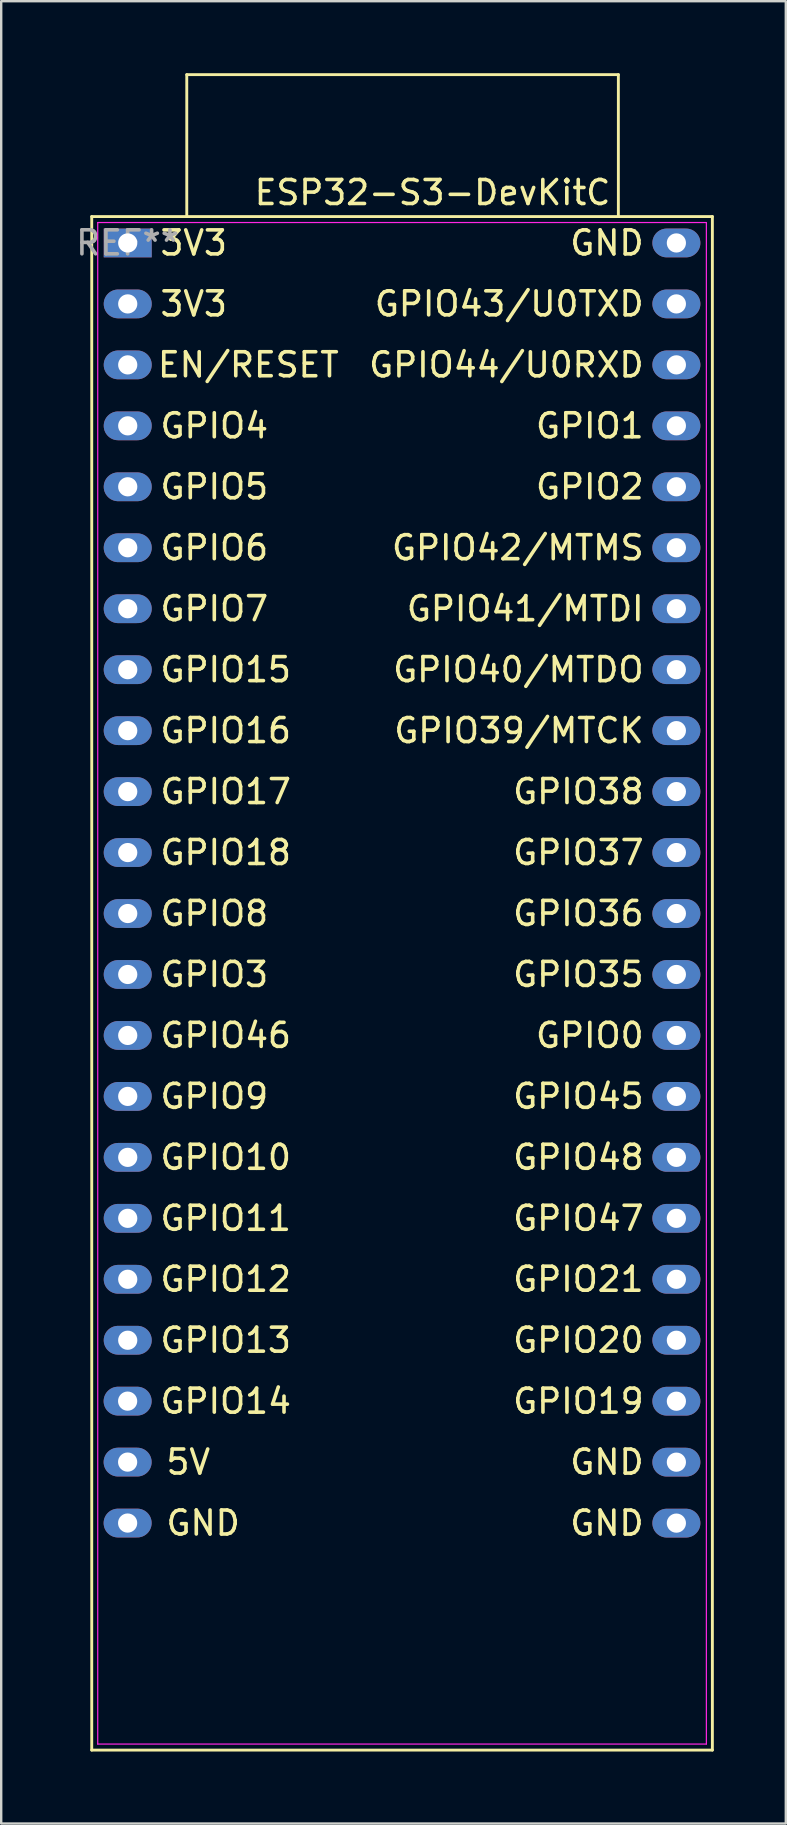
<source format=kicad_pcb>
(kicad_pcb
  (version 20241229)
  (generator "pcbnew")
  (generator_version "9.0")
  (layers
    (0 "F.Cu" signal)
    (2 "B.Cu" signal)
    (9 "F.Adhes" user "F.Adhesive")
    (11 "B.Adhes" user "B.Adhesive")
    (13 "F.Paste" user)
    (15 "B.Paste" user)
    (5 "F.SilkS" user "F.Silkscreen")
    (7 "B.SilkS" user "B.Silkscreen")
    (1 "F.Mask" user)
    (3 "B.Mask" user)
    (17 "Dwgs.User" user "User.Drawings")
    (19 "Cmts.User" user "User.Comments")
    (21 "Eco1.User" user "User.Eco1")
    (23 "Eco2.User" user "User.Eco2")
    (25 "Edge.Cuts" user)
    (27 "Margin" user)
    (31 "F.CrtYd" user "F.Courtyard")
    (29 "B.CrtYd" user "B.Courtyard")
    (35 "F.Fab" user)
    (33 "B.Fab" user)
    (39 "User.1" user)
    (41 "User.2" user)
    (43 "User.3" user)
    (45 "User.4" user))
  (footprint "ESP32-S3-DevKitC"
    (layer "F.Cu")
    (at 2.272 7.073)
    (property "Reference" "ESP32-S3-DevKitC" (at 12.7 -2.1 0) (layer "F.SilkS") (effects (font (size 1 1) (thickness 0.15))))
    (attr through_hole)
    (fp_line (start -1.5 62.797) (end 24.36 62.797) (stroke (width 0.12) (type solid)) (layer "F.SilkS"))
    (fp_line (start -1.5 -1.1) (end -1.5 62.797) (stroke (width 0.12) (type solid)) (layer "F.SilkS"))
    (fp_line (start 2.46 -7.013) (end 20.443 -7.013) (stroke (width 0.12) (type solid)) (layer "F.SilkS"))
    (fp_line (start 2.46 -1.12) (end 2.46 -7.013) (stroke (width 0.12) (type solid)) (layer "F.SilkS"))
    (fp_line (start 20.443 -7.013) (end 20.443 -1.12) (stroke (width 0.12) (type solid)) (layer "F.SilkS"))
    (fp_line (start 24.36 62.797) (end 24.36 -1.1) (stroke (width 0.12) (type solid)) (layer "F.SilkS"))
    (fp_line (start 24.36 -1.1) (end -1.5 -1.1) (stroke (width 0.12) (type solid)) (layer "F.SilkS"))
    (fp_line (start -1.25 -0.85) (end 24.11 -0.85) (stroke (width 0.05) (type solid)) (layer "F.CrtYd"))
    (fp_line (start -1.25 62.547) (end -1.25 -0.85) (stroke (width 0.05) (type solid)) (layer "F.CrtYd"))
    (fp_line (start 24.11 -0.85) (end 24.11 62.547) (stroke (width 0.05) (type solid)) (layer "F.CrtYd"))
    (fp_line (start 24.11 62.547) (end -1.25 62.547) (stroke (width 0.05) (type solid)) (layer "F.CrtYd"))
    (fp_text user "GPIO37" (at 21.59 25.4 0) (unlocked yes) (layer "F.SilkS") (effects (font (size 1 1) (thickness 0.15)) (justify right)))
    (fp_text user "GPIO47" (at 21.59 40.64 0) (unlocked yes) (layer "F.SilkS") (effects (font (size 1 1) (thickness 0.15)) (justify right)))
    (fp_text user "GPIO20" (at 21.59 45.72 0) (unlocked yes) (layer "F.SilkS") (effects (font (size 1 1) (thickness 0.15)) (justify right)))
    (fp_text user "GPIO3" (at 1.27 30.48 0) (unlocked yes) (layer "F.SilkS") (effects (font (size 1 1) (thickness 0.15)) (justify left)))
    (fp_text user "GPIO0" (at 21.59 33.02 0) (unlocked yes) (layer "F.SilkS") (effects (font (size 1 1) (thickness 0.15)) (justify right)))
    (fp_text user "GPIO17" (at 1.27 22.86 0) (unlocked yes) (layer "F.SilkS") (effects (font (size 1 1) (thickness 0.15)) (justify left)))
    (fp_text user "GPIO45" (at 21.59 35.56 0) (unlocked yes) (layer "F.SilkS") (effects (font (size 1 1) (thickness 0.15)) (justify right)))
    (fp_text user "GPIO9" (at 1.27 35.56 0) (unlocked yes) (layer "F.SilkS") (effects (font (size 1 1) (thickness 0.15)) (justify left)))
    (fp_text user "GPIO10" (at 1.27 38.1 0) (unlocked yes) (layer "F.SilkS") (effects (font (size 1 1) (thickness 0.15)) (justify left)))
    (fp_text user "GPIO35" (at 21.59 30.48 0) (unlocked yes) (layer "F.SilkS") (effects (font (size 1 1) (thickness 0.15)) (justify right)))
    (fp_text user "GPIO11" (at 1.27 40.64 0) (unlocked yes) (layer "F.SilkS") (effects (font (size 1 1) (thickness 0.15)) (justify left)))
    (fp_text user "EN/RESET" (at 8.886 5.077 0) (unlocked yes) (layer "F.SilkS") (effects (font (size 1 1) (thickness 0.15)) (justify right)))
    (fp_text user "GPIO21" (at 21.59 43.18 0) (unlocked yes) (layer "F.SilkS") (effects (font (size 1 1) (thickness 0.15)) (justify right)))
    (fp_text user "GPIO48" (at 21.59 38.1 0) (unlocked yes) (layer "F.SilkS") (effects (font (size 1 1) (thickness 0.15)) (justify right)))
    (fp_text user "GPIO18" (at 1.27 25.4 0) (unlocked yes) (layer "F.SilkS") (effects (font (size 1 1) (thickness 0.15)) (justify left)))
    (fp_text user "GND" (at 1.52 53.337 0) (unlocked yes) (layer "F.SilkS") (effects (font (size 1 1) (thickness 0.15)) (justify left)))
    (fp_text user "GPIO13" (at 1.27 45.72 0) (unlocked yes) (layer "F.SilkS") (effects (font (size 1 1) (thickness 0.15)) (justify left)))
    (fp_text user "GPIO12" (at 1.27 43.18 0) (unlocked yes) (layer "F.SilkS") (effects (font (size 1 1) (thickness 0.15)) (justify left)))
    (fp_text user "3V3" (at 1.27 2.54 0) (unlocked yes) (layer "F.SilkS") (effects (font (size 1 1) (thickness 0.15)) (justify left)))
    (fp_text user "GND" (at 21.59 53.34 0) (unlocked yes) (layer "F.SilkS") (effects (font (size 1 1) (thickness 0.15)) (justify right)))
    (fp_text user "GPIO8" (at 1.27 27.94 0) (unlocked yes) (layer "F.SilkS") (effects (font (size 1 1) (thickness 0.15)) (justify left)))
    (fp_text user "GPIO5" (at 1.27 10.16 0) (unlocked yes) (layer "F.SilkS") (effects (font (size 1 1) (thickness 0.15)) (justify left)))
    (fp_text user "GPIO2" (at 21.59 10.16 0) (unlocked yes) (layer "F.SilkS") (effects (font (size 1 1) (thickness 0.15)) (justify right)))
    (fp_text user "GPIO40/MTDO" (at 21.59 17.78 0) (unlocked yes) (layer "F.SilkS") (effects (font (size 1 1) (thickness 0.15)) (justify right)))
    (fp_text user "GPIO7" (at 1.27 15.24 0) (unlocked yes) (layer "F.SilkS") (effects (font (size 1 1) (thickness 0.15)) (justify left)))
    (fp_text user "GND" (at 21.59 50.8 0) (unlocked yes) (layer "F.SilkS") (effects (font (size 1 1) (thickness 0.15)) (justify right)))
    (fp_text user "GPIO41/MTDI" (at 21.59 15.24 0) (unlocked yes) (layer "F.SilkS") (effects (font (size 1 1) (thickness 0.15)) (justify right)))
    (fp_text user "GPIO46" (at 1.27 33.02 0) (unlocked yes) (layer "F.SilkS") (effects (font (size 1 1) (thickness 0.15)) (justify left)))
    (fp_text user "5V" (at 1.52 50.797 0) (unlocked yes) (layer "F.SilkS") (effects (font (size 1 1) (thickness 0.15)) (justify left)))
    (fp_text user "GPIO19" (at 21.59 48.26 0) (unlocked yes) (layer "F.SilkS") (effects (font (size 1 1) (thickness 0.15)) (justify right)))
    (fp_text user "GPIO43/U0TXD" (at 21.59 2.54 0) (unlocked yes) (layer "F.SilkS") (effects (font (size 1 1) (thickness 0.15)) (justify right)))
    (fp_text user "GPIO1" (at 21.59 7.62 0) (unlocked yes) (layer "F.SilkS") (effects (font (size 1 1) (thickness 0.15)) (justify right)))
    (fp_text user "3V3" (at 1.27 0 0) (unlocked yes) (layer "F.SilkS") (effects (font (size 1 1) (thickness 0.15)) (justify left)))
    (fp_text user "GPIO14" (at 1.27 48.26 0) (unlocked yes) (layer "F.SilkS") (effects (font (size 1 1) (thickness 0.15)) (justify left)))
    (fp_text user "GPIO38" (at 21.59 22.86 0) (unlocked yes) (layer "F.SilkS") (effects (font (size 1 1) (thickness 0.15)) (justify right)))
    (fp_text user "GPIO44/U0RXD" (at 21.59 5.08 0) (unlocked yes) (layer "F.SilkS") (effects (font (size 1 1) (thickness 0.15)) (justify right)))
    (fp_text user "GPIO16" (at 1.27 20.32 0) (unlocked yes) (layer "F.SilkS") (effects (font (size 1 1) (thickness 0.15)) (justify left)))
    (fp_text user "GPIO4" (at 1.27 7.62 0) (unlocked yes) (layer "F.SilkS") (effects (font (size 1 1) (thickness 0.15)) (justify left)))
    (fp_text user "GPIO36" (at 21.59 27.94 0) (unlocked yes) (layer "F.SilkS") (effects (font (size 1 1) (thickness 0.15)) (justify right)))
    (fp_text user "GND" (at 21.59 0 0) (unlocked yes) (layer "F.SilkS") (effects (font (size 1 1) (thickness 0.15)) (justify right)))
    (fp_text user "GPIO42/MTMS" (at 21.59 12.7 0) (unlocked yes) (layer "F.SilkS") (effects (font (size 1 1) (thickness 0.15)) (justify right)))
    (fp_text user "GPIO39/MTCK" (at 21.59 20.32 0) (unlocked yes) (layer "F.SilkS") (effects (font (size 1 1) (thickness 0.15)) (justify right)))
    (fp_text user "GPIO15" (at 1.27 17.78 0) (unlocked yes) (layer "F.SilkS") (effects (font (size 1 1) (thickness 0.15)) (justify left)))
    (fp_text user "GPIO6" (at 1.27 12.7 0) (unlocked yes) (layer "F.SilkS") (effects (font (size 1 1) (thickness 0.15)) (justify left)))
    (fp_text user "REF**" (at -0.004 -0.003 0) (layer "F.Fab") (effects (font (size 1 1) (thickness 0.15))))
    (pad "1" thru_hole rect (at 0 0 270) (size 1.2 2) (drill 0.8) (layers "*.Cu" "*.Mask"))
    (pad "2" thru_hole oval (at 0 2.54 270) (size 1.2 2) (drill 0.8) (layers "*.Cu" "*.Mask"))
    (pad "3" thru_hole oval (at 0 5.08 270) (size 1.2 2) (drill 0.8) (layers "*.Cu" "*.Mask"))
    (pad "4" thru_hole oval (at 0 7.62 270) (size 1.2 2) (drill 0.8) (layers "*.Cu" "*.Mask"))
    (pad "5" thru_hole oval (at 0 10.16 270) (size 1.2 2) (drill 0.8) (layers "*.Cu" "*.Mask"))
    (pad "6" thru_hole oval (at 0 12.7 270) (size 1.2 2) (drill 0.8) (layers "*.Cu" "*.Mask"))
    (pad "7" thru_hole oval (at 0 15.24 270) (size 1.2 2) (drill 0.8) (layers "*.Cu" "*.Mask"))
    (pad "8" thru_hole oval (at 0 17.78 270) (size 1.2 2) (drill 0.8) (layers "*.Cu" "*.Mask"))
    (pad "9" thru_hole oval (at 0 20.32 270) (size 1.2 2) (drill 0.8) (layers "*.Cu" "*.Mask"))
    (pad "10" thru_hole oval (at 0 22.86 270) (size 1.2 2) (drill 0.8) (layers "*.Cu" "*.Mask"))
    (pad "11" thru_hole oval (at 0 25.4 270) (size 1.2 2) (drill 0.8) (layers "*.Cu" "*.Mask"))
    (pad "12" thru_hole oval (at 0 27.94 270) (size 1.2 2) (drill 0.8) (layers "*.Cu" "*.Mask"))
    (pad "13" thru_hole oval (at 0 30.48 270) (size 1.2 2) (drill 0.8) (layers "*.Cu" "*.Mask"))
    (pad "14" thru_hole oval (at 0 33.02 270) (size 1.2 2) (drill 0.8) (layers "*.Cu" "*.Mask"))
    (pad "15" thru_hole oval (at 0 35.56 270) (size 1.2 2) (drill 0.8) (layers "*.Cu" "*.Mask"))
    (pad "16" thru_hole oval (at 0 38.1 270) (size 1.2 2) (drill 0.8) (layers "*.Cu" "*.Mask"))
    (pad "17" thru_hole oval (at 0 40.64 270) (size 1.2 2) (drill 0.8) (layers "*.Cu" "*.Mask"))
    (pad "18" thru_hole oval (at 0 43.18 270) (size 1.2 2) (drill 0.8) (layers "*.Cu" "*.Mask"))
    (pad "19" thru_hole oval (at 0 45.72 270) (size 1.2 2) (drill 0.8) (layers "*.Cu" "*.Mask"))
    (pad "20" thru_hole oval (at -0.004 48.257 270) (size 1.2 2) (drill 0.8) (layers "*.Cu" "*.Mask"))
    (pad "21" thru_hole oval (at -0.004 50.797 270) (size 1.2 2) (drill 0.8) (layers "*.Cu" "*.Mask"))
    (pad "22" thru_hole oval (at -0.004 53.337 270) (size 1.2 2) (drill 0.8) (layers "*.Cu" "*.Mask"))
    (pad "23" thru_hole oval (at 22.86 53.34 270) (size 1.2 2) (drill 0.8) (layers "*.Cu" "*.Mask"))
    (pad "24" thru_hole oval (at 22.86 50.8 270) (size 1.2 2) (drill 0.8) (layers "*.Cu" "*.Mask"))
    (pad "25" thru_hole oval (at 22.86 48.26 270) (size 1.2 2) (drill 0.8) (layers "*.Cu" "*.Mask"))
    (pad "26" thru_hole oval (at 22.86 45.72 270) (size 1.2 2) (drill 0.8) (layers "*.Cu" "*.Mask"))
    (pad "27" thru_hole oval (at 22.86 43.18 270) (size 1.2 2) (drill 0.8) (layers "*.Cu" "*.Mask"))
    (pad "28" thru_hole oval (at 22.86 40.64 270) (size 1.2 2) (drill 0.8) (layers "*.Cu" "*.Mask"))
    (pad "29" thru_hole oval (at 22.86 38.1 270) (size 1.2 2) (drill 0.8) (layers "*.Cu" "*.Mask"))
    (pad "30" thru_hole oval (at 22.86 35.56 270) (size 1.2 2) (drill 0.8) (layers "*.Cu" "*.Mask"))
    (pad "31" thru_hole oval (at 22.86 33.02 270) (size 1.2 2) (drill 0.8) (layers "*.Cu" "*.Mask"))
    (pad "32" thru_hole oval (at 22.86 30.48 270) (size 1.2 2) (drill 0.8) (layers "*.Cu" "*.Mask"))
    (pad "33" thru_hole oval (at 22.86 27.94 270) (size 1.2 2) (drill 0.8) (layers "*.Cu" "*.Mask"))
    (pad "34" thru_hole oval (at 22.86 25.4 270) (size 1.2 2) (drill 0.8) (layers "*.Cu" "*.Mask"))
    (pad "35" thru_hole oval (at 22.86 22.86 270) (size 1.2 2) (drill 0.8) (layers "*.Cu" "*.Mask"))
    (pad "36" thru_hole oval (at 22.86 20.32 270) (size 1.2 2) (drill 0.8) (layers "*.Cu" "*.Mask"))
    (pad "37" thru_hole oval (at 22.86 17.78 270) (size 1.2 2) (drill 0.8) (layers "*.Cu" "*.Mask"))
    (pad "38" thru_hole oval (at 22.86 15.24 270) (size 1.2 2) (drill 0.8) (layers "*.Cu" "*.Mask"))
    (pad "39" thru_hole oval (at 22.86 12.7 270) (size 1.2 2) (drill 0.8) (layers "*.Cu" "*.Mask"))
    (pad "40" thru_hole oval (at 22.86 10.16 270) (size 1.2 2) (drill 0.8) (layers "*.Cu" "*.Mask"))
    (pad "41" thru_hole oval (at 22.86 7.62 270) (size 1.2 2) (drill 0.8) (layers "*.Cu" "*.Mask"))
    (pad "42" thru_hole oval (at 22.86 5.08 270) (size 1.2 2) (drill 0.8) (layers "*.Cu" "*.Mask"))
    (pad "43" thru_hole oval (at 22.86 2.54 270) (size 1.2 2) (drill 0.8) (layers "*.Cu" "*.Mask"))
    (pad "44" thru_hole oval (at 22.86 0 270) (size 1.2 2) (drill 0.8) (layers "*.Cu" "*.Mask")))
  (gr_rect
    (start -3 -3)
    (end 29.692 72.93)
    (stroke (width 0.1) (type default))
    (fill no)
    (layer "Edge.Cuts")))
</source>
